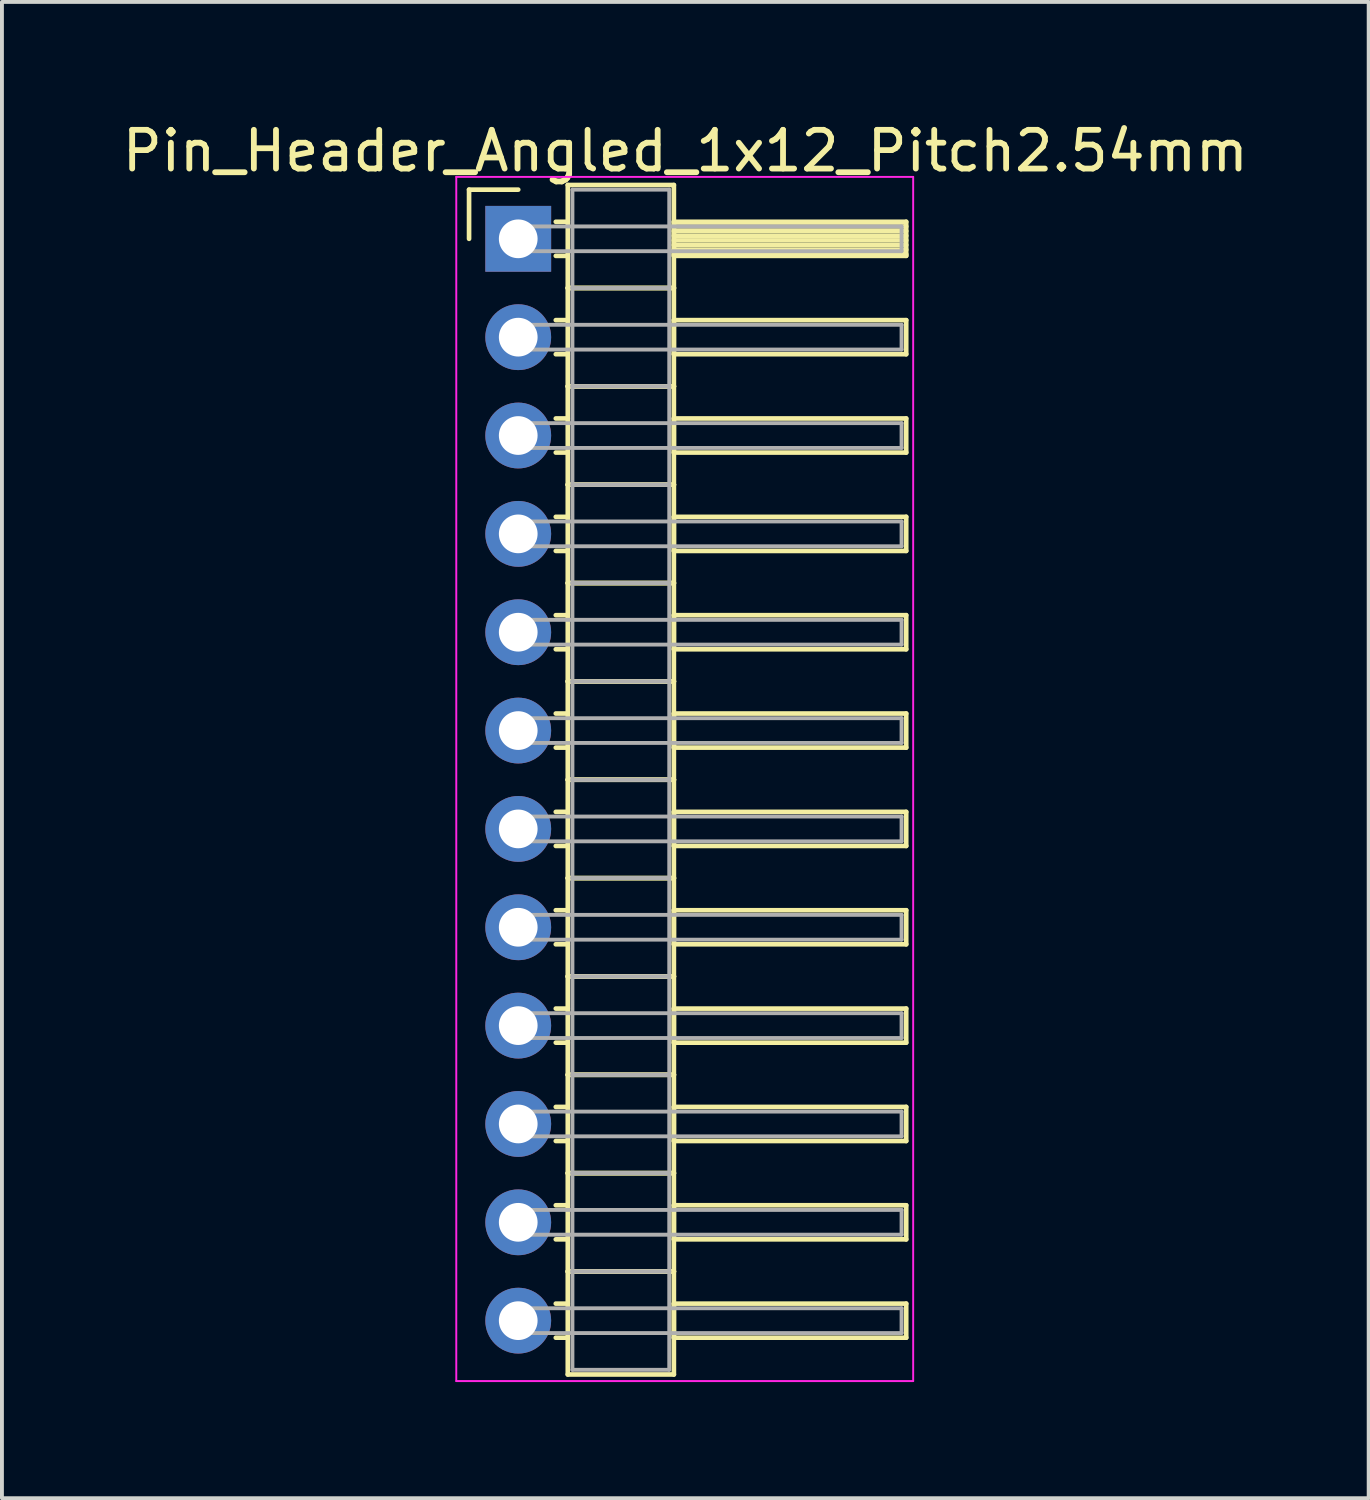
<source format=kicad_pcb>
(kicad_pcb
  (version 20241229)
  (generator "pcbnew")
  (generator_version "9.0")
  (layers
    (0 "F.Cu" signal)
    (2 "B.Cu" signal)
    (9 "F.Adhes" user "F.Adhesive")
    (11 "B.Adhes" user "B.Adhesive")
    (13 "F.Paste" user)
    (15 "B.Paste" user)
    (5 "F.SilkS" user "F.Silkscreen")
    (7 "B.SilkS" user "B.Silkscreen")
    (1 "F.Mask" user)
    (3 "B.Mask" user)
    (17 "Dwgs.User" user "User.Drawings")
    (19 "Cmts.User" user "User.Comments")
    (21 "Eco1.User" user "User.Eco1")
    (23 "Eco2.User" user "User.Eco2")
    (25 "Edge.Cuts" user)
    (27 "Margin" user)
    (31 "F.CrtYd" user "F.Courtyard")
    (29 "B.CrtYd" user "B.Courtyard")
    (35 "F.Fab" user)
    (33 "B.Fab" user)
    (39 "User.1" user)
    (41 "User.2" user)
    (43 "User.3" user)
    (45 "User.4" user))
  (footprint "Pin_Header_Angled_1x12_Pitch2.54mm"
    (layer "F.Cu")
    (at 10.334 3.118)
    (property "Reference" "Pin_Header_Angled_1x12_Pitch2.54mm" (at 4.315 -2.27 0) (layer "F.SilkS") (effects (font (size 1 1) (thickness 0.15))))
    (attr through_hole)
    (fp_line (start -1.27 -1.27) (end 0 -1.27) (stroke (width 0.12) (type solid)) (layer "F.SilkS"))
    (fp_line (start -1.27 0) (end -1.27 -1.27) (stroke (width 0.12) (type solid)) (layer "F.SilkS"))
    (fp_line (start 0.97 -0.44) (end 1.28 -0.44) (stroke (width 0.12) (type solid)) (layer "F.SilkS"))
    (fp_line (start 0.97 0.44) (end 1.28 0.44) (stroke (width 0.12) (type solid)) (layer "F.SilkS"))
    (fp_line (start 0.97 2.1) (end 1.28 2.1) (stroke (width 0.12) (type solid)) (layer "F.SilkS"))
    (fp_line (start 0.97 2.98) (end 1.28 2.98) (stroke (width 0.12) (type solid)) (layer "F.SilkS"))
    (fp_line (start 0.97 4.64) (end 1.28 4.64) (stroke (width 0.12) (type solid)) (layer "F.SilkS"))
    (fp_line (start 0.97 5.52) (end 1.28 5.52) (stroke (width 0.12) (type solid)) (layer "F.SilkS"))
    (fp_line (start 0.97 7.18) (end 1.28 7.18) (stroke (width 0.12) (type solid)) (layer "F.SilkS"))
    (fp_line (start 0.97 8.06) (end 1.28 8.06) (stroke (width 0.12) (type solid)) (layer "F.SilkS"))
    (fp_line (start 0.97 9.72) (end 1.28 9.72) (stroke (width 0.12) (type solid)) (layer "F.SilkS"))
    (fp_line (start 0.97 10.6) (end 1.28 10.6) (stroke (width 0.12) (type solid)) (layer "F.SilkS"))
    (fp_line (start 0.97 12.26) (end 1.28 12.26) (stroke (width 0.12) (type solid)) (layer "F.SilkS"))
    (fp_line (start 0.97 13.14) (end 1.28 13.14) (stroke (width 0.12) (type solid)) (layer "F.SilkS"))
    (fp_line (start 0.97 14.8) (end 1.28 14.8) (stroke (width 0.12) (type solid)) (layer "F.SilkS"))
    (fp_line (start 0.97 15.68) (end 1.28 15.68) (stroke (width 0.12) (type solid)) (layer "F.SilkS"))
    (fp_line (start 0.97 17.34) (end 1.28 17.34) (stroke (width 0.12) (type solid)) (layer "F.SilkS"))
    (fp_line (start 0.97 18.22) (end 1.28 18.22) (stroke (width 0.12) (type solid)) (layer "F.SilkS"))
    (fp_line (start 0.97 19.88) (end 1.28 19.88) (stroke (width 0.12) (type solid)) (layer "F.SilkS"))
    (fp_line (start 0.97 20.76) (end 1.28 20.76) (stroke (width 0.12) (type solid)) (layer "F.SilkS"))
    (fp_line (start 0.97 22.42) (end 1.28 22.42) (stroke (width 0.12) (type solid)) (layer "F.SilkS"))
    (fp_line (start 0.97 23.3) (end 1.28 23.3) (stroke (width 0.12) (type solid)) (layer "F.SilkS"))
    (fp_line (start 0.97 24.96) (end 1.28 24.96) (stroke (width 0.12) (type solid)) (layer "F.SilkS"))
    (fp_line (start 0.97 25.84) (end 1.28 25.84) (stroke (width 0.12) (type solid)) (layer "F.SilkS"))
    (fp_line (start 0.97 27.5) (end 1.28 27.5) (stroke (width 0.12) (type solid)) (layer "F.SilkS"))
    (fp_line (start 0.97 28.38) (end 1.28 28.38) (stroke (width 0.12) (type solid)) (layer "F.SilkS"))
    (fp_line (start 1.28 -1.39) (end 1.28 1.27) (stroke (width 0.12) (type solid)) (layer "F.SilkS"))
    (fp_line (start 1.28 1.27) (end 1.28 3.81) (stroke (width 0.12) (type solid)) (layer "F.SilkS"))
    (fp_line (start 1.28 1.27) (end 4.02 1.27) (stroke (width 0.12) (type solid)) (layer "F.SilkS"))
    (fp_line (start 1.28 3.81) (end 1.28 6.35) (stroke (width 0.12) (type solid)) (layer "F.SilkS"))
    (fp_line (start 1.28 3.81) (end 4.02 3.81) (stroke (width 0.12) (type solid)) (layer "F.SilkS"))
    (fp_line (start 1.28 6.35) (end 1.28 8.89) (stroke (width 0.12) (type solid)) (layer "F.SilkS"))
    (fp_line (start 1.28 6.35) (end 4.02 6.35) (stroke (width 0.12) (type solid)) (layer "F.SilkS"))
    (fp_line (start 1.28 8.89) (end 1.28 11.43) (stroke (width 0.12) (type solid)) (layer "F.SilkS"))
    (fp_line (start 1.28 8.89) (end 4.02 8.89) (stroke (width 0.12) (type solid)) (layer "F.SilkS"))
    (fp_line (start 1.28 11.43) (end 1.28 13.97) (stroke (width 0.12) (type solid)) (layer "F.SilkS"))
    (fp_line (start 1.28 11.43) (end 4.02 11.43) (stroke (width 0.12) (type solid)) (layer "F.SilkS"))
    (fp_line (start 1.28 13.97) (end 1.28 16.51) (stroke (width 0.12) (type solid)) (layer "F.SilkS"))
    (fp_line (start 1.28 13.97) (end 4.02 13.97) (stroke (width 0.12) (type solid)) (layer "F.SilkS"))
    (fp_line (start 1.28 16.51) (end 1.28 19.05) (stroke (width 0.12) (type solid)) (layer "F.SilkS"))
    (fp_line (start 1.28 16.51) (end 4.02 16.51) (stroke (width 0.12) (type solid)) (layer "F.SilkS"))
    (fp_line (start 1.28 19.05) (end 1.28 21.59) (stroke (width 0.12) (type solid)) (layer "F.SilkS"))
    (fp_line (start 1.28 19.05) (end 4.02 19.05) (stroke (width 0.12) (type solid)) (layer "F.SilkS"))
    (fp_line (start 1.28 21.59) (end 1.28 24.13) (stroke (width 0.12) (type solid)) (layer "F.SilkS"))
    (fp_line (start 1.28 21.59) (end 4.02 21.59) (stroke (width 0.12) (type solid)) (layer "F.SilkS"))
    (fp_line (start 1.28 24.13) (end 1.28 26.67) (stroke (width 0.12) (type solid)) (layer "F.SilkS"))
    (fp_line (start 1.28 24.13) (end 4.02 24.13) (stroke (width 0.12) (type solid)) (layer "F.SilkS"))
    (fp_line (start 1.28 26.67) (end 1.28 29.33) (stroke (width 0.12) (type solid)) (layer "F.SilkS"))
    (fp_line (start 1.28 26.67) (end 4.02 26.67) (stroke (width 0.12) (type solid)) (layer "F.SilkS"))
    (fp_line (start 1.28 29.33) (end 4.02 29.33) (stroke (width 0.12) (type solid)) (layer "F.SilkS"))
    (fp_line (start 4.02 -1.39) (end 1.28 -1.39) (stroke (width 0.12) (type solid)) (layer "F.SilkS"))
    (fp_line (start 4.02 -0.44) (end 4.02 0.44) (stroke (width 0.12) (type solid)) (layer "F.SilkS"))
    (fp_line (start 4.02 -0.32) (end 10.02 -0.32) (stroke (width 0.12) (type solid)) (layer "F.SilkS"))
    (fp_line (start 4.02 -0.2) (end 10.02 -0.2) (stroke (width 0.12) (type solid)) (layer "F.SilkS"))
    (fp_line (start 4.02 -0.08) (end 10.02 -0.08) (stroke (width 0.12) (type solid)) (layer "F.SilkS"))
    (fp_line (start 4.02 0.04) (end 10.02 0.04) (stroke (width 0.12) (type solid)) (layer "F.SilkS"))
    (fp_line (start 4.02 0.16) (end 10.02 0.16) (stroke (width 0.12) (type solid)) (layer "F.SilkS"))
    (fp_line (start 4.02 0.28) (end 10.02 0.28) (stroke (width 0.12) (type solid)) (layer "F.SilkS"))
    (fp_line (start 4.02 0.4) (end 10.02 0.4) (stroke (width 0.12) (type solid)) (layer "F.SilkS"))
    (fp_line (start 4.02 0.44) (end 10.02 0.44) (stroke (width 0.12) (type solid)) (layer "F.SilkS"))
    (fp_line (start 4.02 1.27) (end 1.28 1.27) (stroke (width 0.12) (type solid)) (layer "F.SilkS"))
    (fp_line (start 4.02 1.27) (end 4.02 -1.39) (stroke (width 0.12) (type solid)) (layer "F.SilkS"))
    (fp_line (start 4.02 2.1) (end 4.02 2.98) (stroke (width 0.12) (type solid)) (layer "F.SilkS"))
    (fp_line (start 4.02 2.98) (end 10.02 2.98) (stroke (width 0.12) (type solid)) (layer "F.SilkS"))
    (fp_line (start 4.02 3.81) (end 1.28 3.81) (stroke (width 0.12) (type solid)) (layer "F.SilkS"))
    (fp_line (start 4.02 3.81) (end 4.02 1.27) (stroke (width 0.12) (type solid)) (layer "F.SilkS"))
    (fp_line (start 4.02 4.64) (end 4.02 5.52) (stroke (width 0.12) (type solid)) (layer "F.SilkS"))
    (fp_line (start 4.02 5.52) (end 10.02 5.52) (stroke (width 0.12) (type solid)) (layer "F.SilkS"))
    (fp_line (start 4.02 6.35) (end 1.28 6.35) (stroke (width 0.12) (type solid)) (layer "F.SilkS"))
    (fp_line (start 4.02 6.35) (end 4.02 3.81) (stroke (width 0.12) (type solid)) (layer "F.SilkS"))
    (fp_line (start 4.02 7.18) (end 4.02 8.06) (stroke (width 0.12) (type solid)) (layer "F.SilkS"))
    (fp_line (start 4.02 8.06) (end 10.02 8.06) (stroke (width 0.12) (type solid)) (layer "F.SilkS"))
    (fp_line (start 4.02 8.89) (end 1.28 8.89) (stroke (width 0.12) (type solid)) (layer "F.SilkS"))
    (fp_line (start 4.02 8.89) (end 4.02 6.35) (stroke (width 0.12) (type solid)) (layer "F.SilkS"))
    (fp_line (start 4.02 9.72) (end 4.02 10.6) (stroke (width 0.12) (type solid)) (layer "F.SilkS"))
    (fp_line (start 4.02 10.6) (end 10.02 10.6) (stroke (width 0.12) (type solid)) (layer "F.SilkS"))
    (fp_line (start 4.02 11.43) (end 1.28 11.43) (stroke (width 0.12) (type solid)) (layer "F.SilkS"))
    (fp_line (start 4.02 11.43) (end 4.02 8.89) (stroke (width 0.12) (type solid)) (layer "F.SilkS"))
    (fp_line (start 4.02 12.26) (end 4.02 13.14) (stroke (width 0.12) (type solid)) (layer "F.SilkS"))
    (fp_line (start 4.02 13.14) (end 10.02 13.14) (stroke (width 0.12) (type solid)) (layer "F.SilkS"))
    (fp_line (start 4.02 13.97) (end 1.28 13.97) (stroke (width 0.12) (type solid)) (layer "F.SilkS"))
    (fp_line (start 4.02 13.97) (end 4.02 11.43) (stroke (width 0.12) (type solid)) (layer "F.SilkS"))
    (fp_line (start 4.02 14.8) (end 4.02 15.68) (stroke (width 0.12) (type solid)) (layer "F.SilkS"))
    (fp_line (start 4.02 15.68) (end 10.02 15.68) (stroke (width 0.12) (type solid)) (layer "F.SilkS"))
    (fp_line (start 4.02 16.51) (end 1.28 16.51) (stroke (width 0.12) (type solid)) (layer "F.SilkS"))
    (fp_line (start 4.02 16.51) (end 4.02 13.97) (stroke (width 0.12) (type solid)) (layer "F.SilkS"))
    (fp_line (start 4.02 17.34) (end 4.02 18.22) (stroke (width 0.12) (type solid)) (layer "F.SilkS"))
    (fp_line (start 4.02 18.22) (end 10.02 18.22) (stroke (width 0.12) (type solid)) (layer "F.SilkS"))
    (fp_line (start 4.02 19.05) (end 1.28 19.05) (stroke (width 0.12) (type solid)) (layer "F.SilkS"))
    (fp_line (start 4.02 19.05) (end 4.02 16.51) (stroke (width 0.12) (type solid)) (layer "F.SilkS"))
    (fp_line (start 4.02 19.88) (end 4.02 20.76) (stroke (width 0.12) (type solid)) (layer "F.SilkS"))
    (fp_line (start 4.02 20.76) (end 10.02 20.76) (stroke (width 0.12) (type solid)) (layer "F.SilkS"))
    (fp_line (start 4.02 21.59) (end 1.28 21.59) (stroke (width 0.12) (type solid)) (layer "F.SilkS"))
    (fp_line (start 4.02 21.59) (end 4.02 19.05) (stroke (width 0.12) (type solid)) (layer "F.SilkS"))
    (fp_line (start 4.02 22.42) (end 4.02 23.3) (stroke (width 0.12) (type solid)) (layer "F.SilkS"))
    (fp_line (start 4.02 23.3) (end 10.02 23.3) (stroke (width 0.12) (type solid)) (layer "F.SilkS"))
    (fp_line (start 4.02 24.13) (end 1.28 24.13) (stroke (width 0.12) (type solid)) (layer "F.SilkS"))
    (fp_line (start 4.02 24.13) (end 4.02 21.59) (stroke (width 0.12) (type solid)) (layer "F.SilkS"))
    (fp_line (start 4.02 24.96) (end 4.02 25.84) (stroke (width 0.12) (type solid)) (layer "F.SilkS"))
    (fp_line (start 4.02 25.84) (end 10.02 25.84) (stroke (width 0.12) (type solid)) (layer "F.SilkS"))
    (fp_line (start 4.02 26.67) (end 1.28 26.67) (stroke (width 0.12) (type solid)) (layer "F.SilkS"))
    (fp_line (start 4.02 26.67) (end 4.02 24.13) (stroke (width 0.12) (type solid)) (layer "F.SilkS"))
    (fp_line (start 4.02 27.5) (end 4.02 28.38) (stroke (width 0.12) (type solid)) (layer "F.SilkS"))
    (fp_line (start 4.02 28.38) (end 10.02 28.38) (stroke (width 0.12) (type solid)) (layer "F.SilkS"))
    (fp_line (start 4.02 29.33) (end 4.02 26.67) (stroke (width 0.12) (type solid)) (layer "F.SilkS"))
    (fp_line (start 10.02 -0.44) (end 4.02 -0.44) (stroke (width 0.12) (type solid)) (layer "F.SilkS"))
    (fp_line (start 10.02 0.44) (end 10.02 -0.44) (stroke (width 0.12) (type solid)) (layer "F.SilkS"))
    (fp_line (start 10.02 2.1) (end 4.02 2.1) (stroke (width 0.12) (type solid)) (layer "F.SilkS"))
    (fp_line (start 10.02 2.98) (end 10.02 2.1) (stroke (width 0.12) (type solid)) (layer "F.SilkS"))
    (fp_line (start 10.02 4.64) (end 4.02 4.64) (stroke (width 0.12) (type solid)) (layer "F.SilkS"))
    (fp_line (start 10.02 5.52) (end 10.02 4.64) (stroke (width 0.12) (type solid)) (layer "F.SilkS"))
    (fp_line (start 10.02 7.18) (end 4.02 7.18) (stroke (width 0.12) (type solid)) (layer "F.SilkS"))
    (fp_line (start 10.02 8.06) (end 10.02 7.18) (stroke (width 0.12) (type solid)) (layer "F.SilkS"))
    (fp_line (start 10.02 9.72) (end 4.02 9.72) (stroke (width 0.12) (type solid)) (layer "F.SilkS"))
    (fp_line (start 10.02 10.6) (end 10.02 9.72) (stroke (width 0.12) (type solid)) (layer "F.SilkS"))
    (fp_line (start 10.02 12.26) (end 4.02 12.26) (stroke (width 0.12) (type solid)) (layer "F.SilkS"))
    (fp_line (start 10.02 13.14) (end 10.02 12.26) (stroke (width 0.12) (type solid)) (layer "F.SilkS"))
    (fp_line (start 10.02 14.8) (end 4.02 14.8) (stroke (width 0.12) (type solid)) (layer "F.SilkS"))
    (fp_line (start 10.02 15.68) (end 10.02 14.8) (stroke (width 0.12) (type solid)) (layer "F.SilkS"))
    (fp_line (start 10.02 17.34) (end 4.02 17.34) (stroke (width 0.12) (type solid)) (layer "F.SilkS"))
    (fp_line (start 10.02 18.22) (end 10.02 17.34) (stroke (width 0.12) (type solid)) (layer "F.SilkS"))
    (fp_line (start 10.02 19.88) (end 4.02 19.88) (stroke (width 0.12) (type solid)) (layer "F.SilkS"))
    (fp_line (start 10.02 20.76) (end 10.02 19.88) (stroke (width 0.12) (type solid)) (layer "F.SilkS"))
    (fp_line (start 10.02 22.42) (end 4.02 22.42) (stroke (width 0.12) (type solid)) (layer "F.SilkS"))
    (fp_line (start 10.02 23.3) (end 10.02 22.42) (stroke (width 0.12) (type solid)) (layer "F.SilkS"))
    (fp_line (start 10.02 24.96) (end 4.02 24.96) (stroke (width 0.12) (type solid)) (layer "F.SilkS"))
    (fp_line (start 10.02 25.84) (end 10.02 24.96) (stroke (width 0.12) (type solid)) (layer "F.SilkS"))
    (fp_line (start 10.02 27.5) (end 4.02 27.5) (stroke (width 0.12) (type solid)) (layer "F.SilkS"))
    (fp_line (start 10.02 28.38) (end 10.02 27.5) (stroke (width 0.12) (type solid)) (layer "F.SilkS"))
    (fp_line (start -1.6 -1.6) (end -1.6 29.5) (stroke (width 0.05) (type solid)) (layer "F.CrtYd"))
    (fp_line (start -1.6 29.5) (end 10.2 29.5) (stroke (width 0.05) (type solid)) (layer "F.CrtYd"))
    (fp_line (start 10.2 -1.6) (end -1.6 -1.6) (stroke (width 0.05) (type solid)) (layer "F.CrtYd"))
    (fp_line (start 10.2 29.5) (end 10.2 -1.6) (stroke (width 0.05) (type solid)) (layer "F.CrtYd"))
    (fp_line (start 0 -0.32) (end 0 0.32) (stroke (width 0.1) (type solid)) (layer "F.Fab"))
    (fp_line (start 0 0.32) (end 9.9 0.32) (stroke (width 0.1) (type solid)) (layer "F.Fab"))
    (fp_line (start 0 2.22) (end 0 2.86) (stroke (width 0.1) (type solid)) (layer "F.Fab"))
    (fp_line (start 0 2.86) (end 9.9 2.86) (stroke (width 0.1) (type solid)) (layer "F.Fab"))
    (fp_line (start 0 4.76) (end 0 5.4) (stroke (width 0.1) (type solid)) (layer "F.Fab"))
    (fp_line (start 0 5.4) (end 9.9 5.4) (stroke (width 0.1) (type solid)) (layer "F.Fab"))
    (fp_line (start 0 7.3) (end 0 7.94) (stroke (width 0.1) (type solid)) (layer "F.Fab"))
    (fp_line (start 0 7.94) (end 9.9 7.94) (stroke (width 0.1) (type solid)) (layer "F.Fab"))
    (fp_line (start 0 9.84) (end 0 10.48) (stroke (width 0.1) (type solid)) (layer "F.Fab"))
    (fp_line (start 0 10.48) (end 9.9 10.48) (stroke (width 0.1) (type solid)) (layer "F.Fab"))
    (fp_line (start 0 12.38) (end 0 13.02) (stroke (width 0.1) (type solid)) (layer "F.Fab"))
    (fp_line (start 0 13.02) (end 9.9 13.02) (stroke (width 0.1) (type solid)) (layer "F.Fab"))
    (fp_line (start 0 14.92) (end 0 15.56) (stroke (width 0.1) (type solid)) (layer "F.Fab"))
    (fp_line (start 0 15.56) (end 9.9 15.56) (stroke (width 0.1) (type solid)) (layer "F.Fab"))
    (fp_line (start 0 17.46) (end 0 18.1) (stroke (width 0.1) (type solid)) (layer "F.Fab"))
    (fp_line (start 0 18.1) (end 9.9 18.1) (stroke (width 0.1) (type solid)) (layer "F.Fab"))
    (fp_line (start 0 20) (end 0 20.64) (stroke (width 0.1) (type solid)) (layer "F.Fab"))
    (fp_line (start 0 20.64) (end 9.9 20.64) (stroke (width 0.1) (type solid)) (layer "F.Fab"))
    (fp_line (start 0 22.54) (end 0 23.18) (stroke (width 0.1) (type solid)) (layer "F.Fab"))
    (fp_line (start 0 23.18) (end 9.9 23.18) (stroke (width 0.1) (type solid)) (layer "F.Fab"))
    (fp_line (start 0 25.08) (end 0 25.72) (stroke (width 0.1) (type solid)) (layer "F.Fab"))
    (fp_line (start 0 25.72) (end 9.9 25.72) (stroke (width 0.1) (type solid)) (layer "F.Fab"))
    (fp_line (start 0 27.62) (end 0 28.26) (stroke (width 0.1) (type solid)) (layer "F.Fab"))
    (fp_line (start 0 28.26) (end 9.9 28.26) (stroke (width 0.1) (type solid)) (layer "F.Fab"))
    (fp_line (start 1.4 -1.27) (end 1.4 1.27) (stroke (width 0.1) (type solid)) (layer "F.Fab"))
    (fp_line (start 1.4 1.27) (end 1.4 3.81) (stroke (width 0.1) (type solid)) (layer "F.Fab"))
    (fp_line (start 1.4 1.27) (end 3.9 1.27) (stroke (width 0.1) (type solid)) (layer "F.Fab"))
    (fp_line (start 1.4 3.81) (end 1.4 6.35) (stroke (width 0.1) (type solid)) (layer "F.Fab"))
    (fp_line (start 1.4 3.81) (end 3.9 3.81) (stroke (width 0.1) (type solid)) (layer "F.Fab"))
    (fp_line (start 1.4 6.35) (end 1.4 8.89) (stroke (width 0.1) (type solid)) (layer "F.Fab"))
    (fp_line (start 1.4 6.35) (end 3.9 6.35) (stroke (width 0.1) (type solid)) (layer "F.Fab"))
    (fp_line (start 1.4 8.89) (end 1.4 11.43) (stroke (width 0.1) (type solid)) (layer "F.Fab"))
    (fp_line (start 1.4 8.89) (end 3.9 8.89) (stroke (width 0.1) (type solid)) (layer "F.Fab"))
    (fp_line (start 1.4 11.43) (end 1.4 13.97) (stroke (width 0.1) (type solid)) (layer "F.Fab"))
    (fp_line (start 1.4 11.43) (end 3.9 11.43) (stroke (width 0.1) (type solid)) (layer "F.Fab"))
    (fp_line (start 1.4 13.97) (end 1.4 16.51) (stroke (width 0.1) (type solid)) (layer "F.Fab"))
    (fp_line (start 1.4 13.97) (end 3.9 13.97) (stroke (width 0.1) (type solid)) (layer "F.Fab"))
    (fp_line (start 1.4 16.51) (end 1.4 19.05) (stroke (width 0.1) (type solid)) (layer "F.Fab"))
    (fp_line (start 1.4 16.51) (end 3.9 16.51) (stroke (width 0.1) (type solid)) (layer "F.Fab"))
    (fp_line (start 1.4 19.05) (end 1.4 21.59) (stroke (width 0.1) (type solid)) (layer "F.Fab"))
    (fp_line (start 1.4 19.05) (end 3.9 19.05) (stroke (width 0.1) (type solid)) (layer "F.Fab"))
    (fp_line (start 1.4 21.59) (end 1.4 24.13) (stroke (width 0.1) (type solid)) (layer "F.Fab"))
    (fp_line (start 1.4 21.59) (end 3.9 21.59) (stroke (width 0.1) (type solid)) (layer "F.Fab"))
    (fp_line (start 1.4 24.13) (end 1.4 26.67) (stroke (width 0.1) (type solid)) (layer "F.Fab"))
    (fp_line (start 1.4 24.13) (end 3.9 24.13) (stroke (width 0.1) (type solid)) (layer "F.Fab"))
    (fp_line (start 1.4 26.67) (end 1.4 29.21) (stroke (width 0.1) (type solid)) (layer "F.Fab"))
    (fp_line (start 1.4 26.67) (end 3.9 26.67) (stroke (width 0.1) (type solid)) (layer "F.Fab"))
    (fp_line (start 1.4 29.21) (end 3.9 29.21) (stroke (width 0.1) (type solid)) (layer "F.Fab"))
    (fp_line (start 3.9 -1.27) (end 1.4 -1.27) (stroke (width 0.1) (type solid)) (layer "F.Fab"))
    (fp_line (start 3.9 1.27) (end 1.4 1.27) (stroke (width 0.1) (type solid)) (layer "F.Fab"))
    (fp_line (start 3.9 1.27) (end 3.9 -1.27) (stroke (width 0.1) (type solid)) (layer "F.Fab"))
    (fp_line (start 3.9 3.81) (end 1.4 3.81) (stroke (width 0.1) (type solid)) (layer "F.Fab"))
    (fp_line (start 3.9 3.81) (end 3.9 1.27) (stroke (width 0.1) (type solid)) (layer "F.Fab"))
    (fp_line (start 3.9 6.35) (end 1.4 6.35) (stroke (width 0.1) (type solid)) (layer "F.Fab"))
    (fp_line (start 3.9 6.35) (end 3.9 3.81) (stroke (width 0.1) (type solid)) (layer "F.Fab"))
    (fp_line (start 3.9 8.89) (end 1.4 8.89) (stroke (width 0.1) (type solid)) (layer "F.Fab"))
    (fp_line (start 3.9 8.89) (end 3.9 6.35) (stroke (width 0.1) (type solid)) (layer "F.Fab"))
    (fp_line (start 3.9 11.43) (end 1.4 11.43) (stroke (width 0.1) (type solid)) (layer "F.Fab"))
    (fp_line (start 3.9 11.43) (end 3.9 8.89) (stroke (width 0.1) (type solid)) (layer "F.Fab"))
    (fp_line (start 3.9 13.97) (end 1.4 13.97) (stroke (width 0.1) (type solid)) (layer "F.Fab"))
    (fp_line (start 3.9 13.97) (end 3.9 11.43) (stroke (width 0.1) (type solid)) (layer "F.Fab"))
    (fp_line (start 3.9 16.51) (end 1.4 16.51) (stroke (width 0.1) (type solid)) (layer "F.Fab"))
    (fp_line (start 3.9 16.51) (end 3.9 13.97) (stroke (width 0.1) (type solid)) (layer "F.Fab"))
    (fp_line (start 3.9 19.05) (end 1.4 19.05) (stroke (width 0.1) (type solid)) (layer "F.Fab"))
    (fp_line (start 3.9 19.05) (end 3.9 16.51) (stroke (width 0.1) (type solid)) (layer "F.Fab"))
    (fp_line (start 3.9 21.59) (end 1.4 21.59) (stroke (width 0.1) (type solid)) (layer "F.Fab"))
    (fp_line (start 3.9 21.59) (end 3.9 19.05) (stroke (width 0.1) (type solid)) (layer "F.Fab"))
    (fp_line (start 3.9 24.13) (end 1.4 24.13) (stroke (width 0.1) (type solid)) (layer "F.Fab"))
    (fp_line (start 3.9 24.13) (end 3.9 21.59) (stroke (width 0.1) (type solid)) (layer "F.Fab"))
    (fp_line (start 3.9 26.67) (end 1.4 26.67) (stroke (width 0.1) (type solid)) (layer "F.Fab"))
    (fp_line (start 3.9 26.67) (end 3.9 24.13) (stroke (width 0.1) (type solid)) (layer "F.Fab"))
    (fp_line (start 3.9 29.21) (end 3.9 26.67) (stroke (width 0.1) (type solid)) (layer "F.Fab"))
    (fp_line (start 9.9 -0.32) (end 0 -0.32) (stroke (width 0.1) (type solid)) (layer "F.Fab"))
    (fp_line (start 9.9 0.32) (end 9.9 -0.32) (stroke (width 0.1) (type solid)) (layer "F.Fab"))
    (fp_line (start 9.9 2.22) (end 0 2.22) (stroke (width 0.1) (type solid)) (layer "F.Fab"))
    (fp_line (start 9.9 2.86) (end 9.9 2.22) (stroke (width 0.1) (type solid)) (layer "F.Fab"))
    (fp_line (start 9.9 4.76) (end 0 4.76) (stroke (width 0.1) (type solid)) (layer "F.Fab"))
    (fp_line (start 9.9 5.4) (end 9.9 4.76) (stroke (width 0.1) (type solid)) (layer "F.Fab"))
    (fp_line (start 9.9 7.3) (end 0 7.3) (stroke (width 0.1) (type solid)) (layer "F.Fab"))
    (fp_line (start 9.9 7.94) (end 9.9 7.3) (stroke (width 0.1) (type solid)) (layer "F.Fab"))
    (fp_line (start 9.9 9.84) (end 0 9.84) (stroke (width 0.1) (type solid)) (layer "F.Fab"))
    (fp_line (start 9.9 10.48) (end 9.9 9.84) (stroke (width 0.1) (type solid)) (layer "F.Fab"))
    (fp_line (start 9.9 12.38) (end 0 12.38) (stroke (width 0.1) (type solid)) (layer "F.Fab"))
    (fp_line (start 9.9 13.02) (end 9.9 12.38) (stroke (width 0.1) (type solid)) (layer "F.Fab"))
    (fp_line (start 9.9 14.92) (end 0 14.92) (stroke (width 0.1) (type solid)) (layer "F.Fab"))
    (fp_line (start 9.9 15.56) (end 9.9 14.92) (stroke (width 0.1) (type solid)) (layer "F.Fab"))
    (fp_line (start 9.9 17.46) (end 0 17.46) (stroke (width 0.1) (type solid)) (layer "F.Fab"))
    (fp_line (start 9.9 18.1) (end 9.9 17.46) (stroke (width 0.1) (type solid)) (layer "F.Fab"))
    (fp_line (start 9.9 20) (end 0 20) (stroke (width 0.1) (type solid)) (layer "F.Fab"))
    (fp_line (start 9.9 20.64) (end 9.9 20) (stroke (width 0.1) (type solid)) (layer "F.Fab"))
    (fp_line (start 9.9 22.54) (end 0 22.54) (stroke (width 0.1) (type solid)) (layer "F.Fab"))
    (fp_line (start 9.9 23.18) (end 9.9 22.54) (stroke (width 0.1) (type solid)) (layer "F.Fab"))
    (fp_line (start 9.9 25.08) (end 0 25.08) (stroke (width 0.1) (type solid)) (layer "F.Fab"))
    (fp_line (start 9.9 25.72) (end 9.9 25.08) (stroke (width 0.1) (type solid)) (layer "F.Fab"))
    (fp_line (start 9.9 27.62) (end 0 27.62) (stroke (width 0.1) (type solid)) (layer "F.Fab"))
    (fp_line (start 9.9 28.26) (end 9.9 27.62) (stroke (width 0.1) (type solid)) (layer "F.Fab"))
    (pad "1" thru_hole rect (at 0 0) (size 1.7 1.7) (drill 1) (layers "*.Cu" "*.Mask"))
    (pad "2" thru_hole oval (at 0 2.54) (size 1.7 1.7) (drill 1) (layers "*.Cu" "*.Mask"))
    (pad "3" thru_hole oval (at 0 5.08) (size 1.7 1.7) (drill 1) (layers "*.Cu" "*.Mask"))
    (pad "4" thru_hole oval (at 0 7.62) (size 1.7 1.7) (drill 1) (layers "*.Cu" "*.Mask"))
    (pad "5" thru_hole oval (at 0 10.16) (size 1.7 1.7) (drill 1) (layers "*.Cu" "*.Mask"))
    (pad "6" thru_hole oval (at 0 12.7) (size 1.7 1.7) (drill 1) (layers "*.Cu" "*.Mask"))
    (pad "7" thru_hole oval (at 0 15.24) (size 1.7 1.7) (drill 1) (layers "*.Cu" "*.Mask"))
    (pad "8" thru_hole oval (at 0 17.78) (size 1.7 1.7) (drill 1) (layers "*.Cu" "*.Mask"))
    (pad "9" thru_hole oval (at 0 20.32) (size 1.7 1.7) (drill 1) (layers "*.Cu" "*.Mask"))
    (pad "10" thru_hole oval (at 0 22.86) (size 1.7 1.7) (drill 1) (layers "*.Cu" "*.Mask"))
    (pad "11" thru_hole oval (at 0 25.4) (size 1.7 1.7) (drill 1) (layers "*.Cu" "*.Mask"))
    (pad "12" thru_hole oval (at 0 27.94) (size 1.7 1.7) (drill 1) (layers "*.Cu" "*.Mask")))
  (gr_rect
    (start -3 -3)
    (end 32.298 35.643)
    (stroke (width 0.1) (type default))
    (fill no)
    (layer "Edge.Cuts")))
</source>
